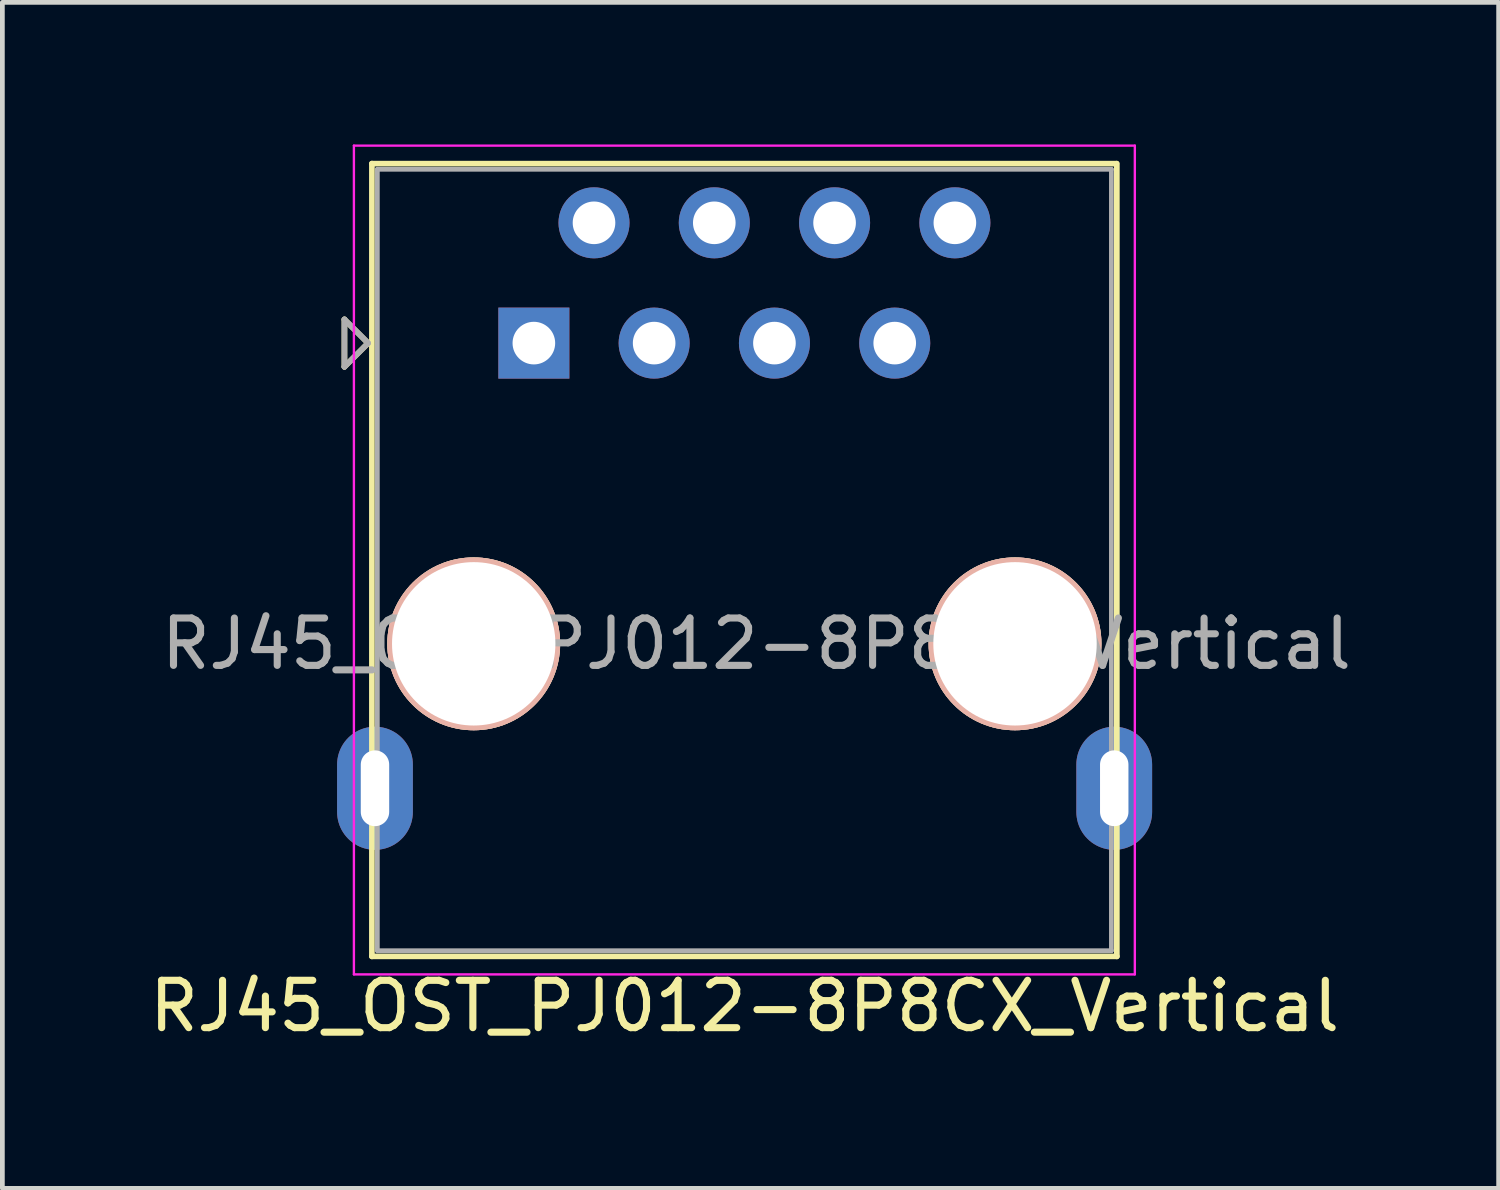
<source format=kicad_pcb>
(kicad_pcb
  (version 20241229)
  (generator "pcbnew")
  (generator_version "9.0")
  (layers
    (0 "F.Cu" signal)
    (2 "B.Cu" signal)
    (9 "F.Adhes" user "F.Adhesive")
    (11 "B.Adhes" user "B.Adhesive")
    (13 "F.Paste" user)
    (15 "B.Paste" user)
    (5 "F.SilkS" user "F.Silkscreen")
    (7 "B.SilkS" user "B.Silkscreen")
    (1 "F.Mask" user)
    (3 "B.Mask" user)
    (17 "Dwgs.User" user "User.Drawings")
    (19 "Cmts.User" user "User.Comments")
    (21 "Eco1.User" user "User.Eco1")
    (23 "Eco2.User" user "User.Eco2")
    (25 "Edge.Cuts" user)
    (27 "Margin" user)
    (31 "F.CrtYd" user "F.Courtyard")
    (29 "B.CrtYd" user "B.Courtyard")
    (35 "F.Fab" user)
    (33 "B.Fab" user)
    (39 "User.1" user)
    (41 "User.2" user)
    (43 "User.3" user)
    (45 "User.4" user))
  (footprint "RJ45_OST_PJ012-8P8CX_Vertical"
    (layer "F.Cu")
    (at 8.223 4.195)
    (property "Reference" "RJ45_OST_PJ012-8P8CX_Vertical" (at 4.45 14 0) (layer "F.SilkS") (effects (font (size 1 1) (thickness 0.15))))
    (attr through_hole)
    (fp_line (start -4 -0.5) (end -4 0.5) (stroke (width 0.12) (type solid)) (layer "F.SilkS"))
    (fp_line (start -4 0.5) (end -3.5 0) (stroke (width 0.12) (type solid)) (layer "F.SilkS"))
    (fp_line (start -3.5 0) (end -4 -0.5) (stroke (width 0.12) (type solid)) (layer "F.SilkS"))
    (fp_line (start -3.42 -3.79) (end -3.42 12.95) (stroke (width 0.12) (type solid)) (layer "F.SilkS"))
    (fp_line (start 12.3 -3.79) (end -3.42 -3.79) (stroke (width 0.12) (type solid)) (layer "F.SilkS"))
    (fp_line (start 12.31 -3.79) (end 12.31 12.95) (stroke (width 0.12) (type solid)) (layer "F.SilkS"))
    (fp_line (start 12.31 12.95) (end -3.42 12.95) (stroke (width 0.12) (type solid)) (layer "F.SilkS"))
    (fp_line (start -3.8 -4.17) (end -3.8 13.33) (stroke (width 0.05) (type solid)) (layer "F.CrtYd"))
    (fp_line (start -3.8 -4.17) (end 12.69 -4.17) (stroke (width 0.05) (type solid)) (layer "F.CrtYd"))
    (fp_line (start -3.8 13.33) (end 12.69 13.33) (stroke (width 0.05) (type solid)) (layer "F.CrtYd"))
    (fp_line (start 12.69 -4.17) (end 12.69 13.33) (stroke (width 0.05) (type solid)) (layer "F.CrtYd"))
    (fp_line (start -4 -0.5) (end -4 0.5) (stroke (width 0.12) (type solid)) (layer "F.Fab"))
    (fp_line (start -4 0.5) (end -3.5 0) (stroke (width 0.12) (type solid)) (layer "F.Fab"))
    (fp_line (start -3.5 0) (end -4 -0.5) (stroke (width 0.12) (type solid)) (layer "F.Fab"))
    (fp_line (start -3.305 -3.67) (end -3.305 12.83) (stroke (width 0.1) (type solid)) (layer "F.Fab"))
    (fp_line (start 12.195 -3.67) (end -3.305 -3.67) (stroke (width 0.1) (type solid)) (layer "F.Fab"))
    (fp_line (start 12.195 -3.67) (end 12.195 12.83) (stroke (width 0.1) (type solid)) (layer "F.Fab"))
    (fp_line (start 12.195 12.83) (end -3.305 12.83) (stroke (width 0.1) (type solid)) (layer "F.Fab"))
    (fp_text user "${REFERENCE}" (at 4.7 6.35 0) (layer "F.Fab") (effects (font (size 1 1) (thickness 0.15))))
    (pad "" np_thru_hole circle (at -1.27 6.35) (size 3.65 3.65) (drill 3.45) (layers "*.Cu" "*.SilkS" "*.Mask"))
    (pad "" np_thru_hole circle (at 10.16 6.35) (size 3.65 3.65) (drill 3.45) (layers "*.Cu" "*.SilkS" "*.Mask"))
    (pad "1" thru_hole rect (at 0 0) (size 1.5 1.5) (drill 0.9) (layers "*.Cu" "*.Mask"))
    (pad "2" thru_hole circle (at 1.27 -2.54) (size 1.5 1.5) (drill 0.9) (layers "*.Cu" "*.Mask"))
    (pad "3" thru_hole circle (at 2.54 0) (size 1.5 1.5) (drill 0.9) (layers "*.Cu" "*.Mask"))
    (pad "4" thru_hole circle (at 3.81 -2.54) (size 1.5 1.5) (drill 0.9) (layers "*.Cu" "*.Mask"))
    (pad "5" thru_hole circle (at 5.08 0) (size 1.5 1.5) (drill 0.9) (layers "*.Cu" "*.Mask"))
    (pad "6" thru_hole circle (at 6.35 -2.54) (size 1.5 1.5) (drill 0.9) (layers "*.Cu" "*.Mask"))
    (pad "7" thru_hole circle (at 7.62 0) (size 1.5 1.5) (drill 0.9) (layers "*.Cu" "*.Mask"))
    (pad "8" thru_hole circle (at 8.89 -2.54) (size 1.5 1.5) (drill 0.9) (layers "*.Cu" "*.Mask"))
    (pad "SH" thru_hole oval (at -3.355 9.4) (size 1.6 2.6) (drill oval 0.6 1.6) (layers "*.Cu" "*.Mask"))
    (pad "SH" thru_hole oval (at 12.255 9.4) (size 1.6 2.6) (drill oval 0.6 1.6) (layers "*.Cu" "*.Mask")))
  (gr_rect
    (start -3 -3)
    (end 28.595 22.043)
    (stroke (width 0.1) (type default))
    (fill no)
    (layer "Edge.Cuts")))
</source>
